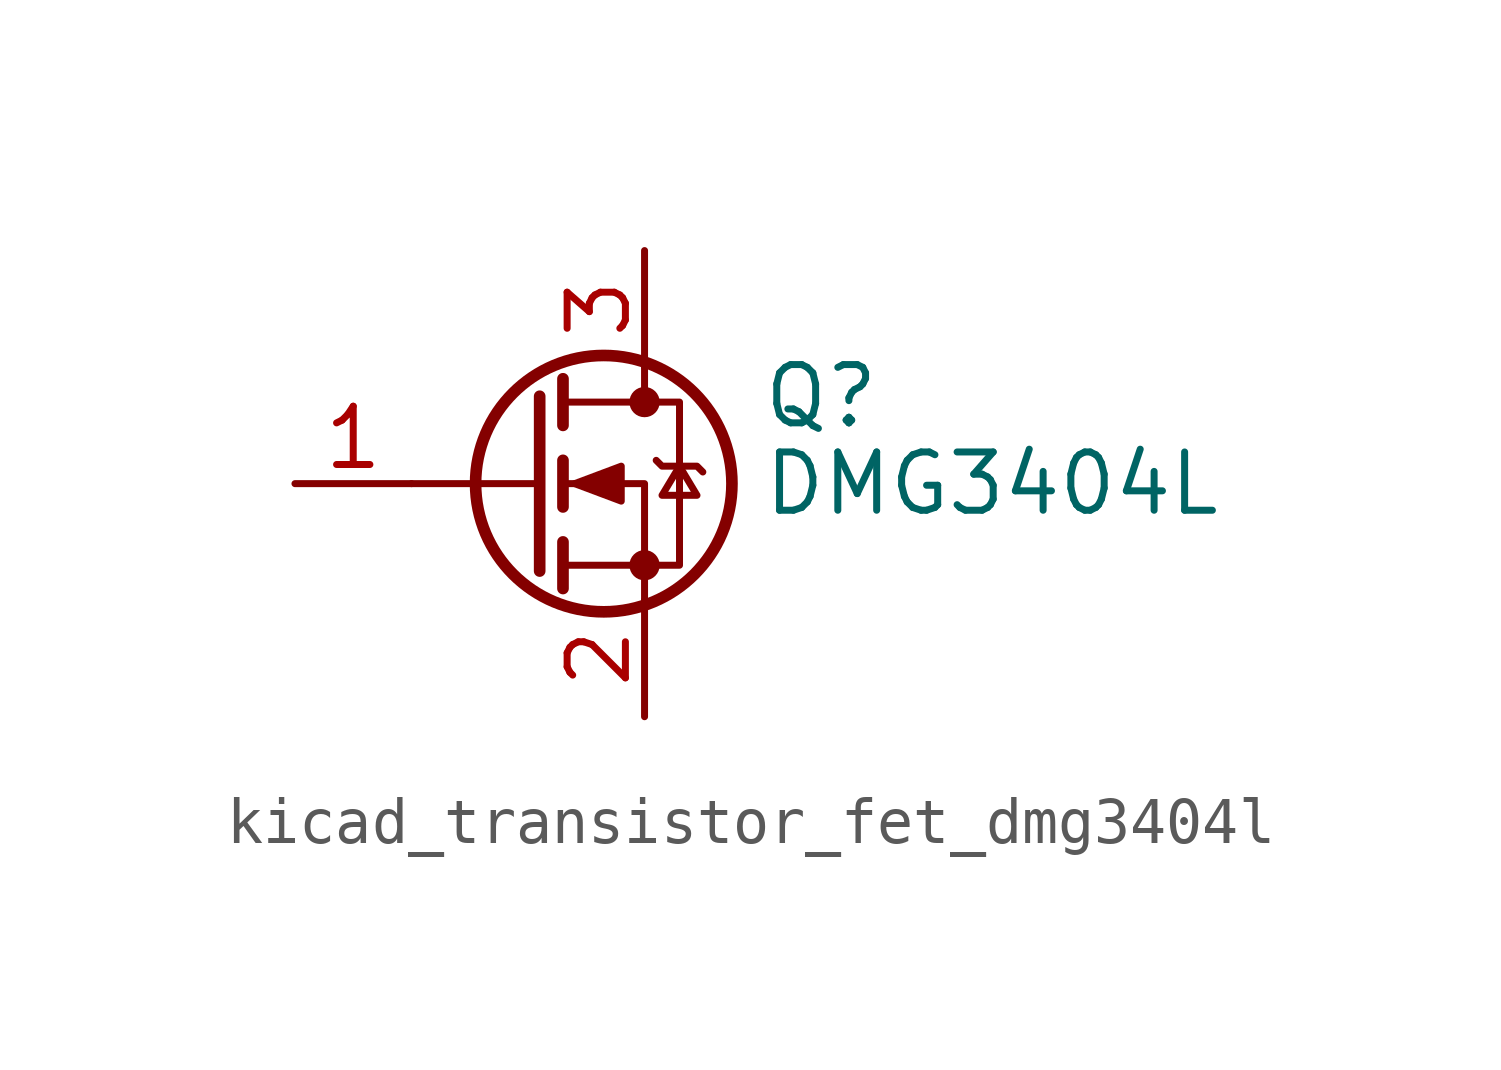
<source format=kicad_sym>
(kicad_symbol_lib
  (version 20220914)
  (generator kicad_symbol_editor)
  (symbol "kicad_transistor_fet_dmg3404l"
    (pin_names hide)
    (property "Reference" "Q"
      (at 5.08 1.905 0)
      (effects (font (size 1.27 1.27)) (justify left)))
    (property "Value" "DMG3404L"
      (at 5.08 0 0)
      (effects (font (size 1.27 1.27)) (justify left)))
    (symbol "kicad_transistor_fet_dmg3404l_0_1"
      (polyline (pts (xy 0.254 0) (xy -2.54 0)) (stroke (width 0) (type default)) (fill (type none)))
      (polyline (pts (xy 0.254 1.905) (xy 0.254 -1.905)) (stroke (width 0.254) (type default)) (fill (type none)))
      (polyline (pts (xy 0.762 -1.27) (xy 0.762 -2.286)) (stroke (width 0.254) (type default)) (fill (type none)))
      (polyline (pts (xy 0.762 0.508) (xy 0.762 -0.508)) (stroke (width 0.254) (type default)) (fill (type none)))
      (polyline (pts (xy 0.762 2.286) (xy 0.762 1.27)) (stroke (width 0.254) (type default)) (fill (type none)))
      (polyline (pts (xy 2.54 2.54) (xy 2.54 1.778)) (stroke (width 0) (type default)) (fill (type none)))
      (polyline (pts (xy 2.54 -2.54) (xy 2.54 0) (xy 0.762 0)) (stroke (width 0) (type default)) (fill (type none)))
      (polyline (pts (xy 0.762 -1.778) (xy 3.302 -1.778) (xy 3.302 1.778) (xy 0.762 1.778)) (stroke (width 0) (type default)) (fill (type none)))
      (polyline (pts (xy 1.016 0) (xy 2.032 0.381) (xy 2.032 -0.381) (xy 1.016 0)) (stroke (width 0) (type default)) (fill (type outline)))
      (polyline (pts (xy 2.794 0.508) (xy 2.921 0.381) (xy 3.683 0.381) (xy 3.81 0.254)) (stroke (width 0) (type default)) (fill (type none)))
      (polyline (pts (xy 3.302 0.381) (xy 2.921 -0.254) (xy 3.683 -0.254) (xy 3.302 0.381)) (stroke (width 0) (type default)) (fill (type none)))
      (circle (center 1.651 0) (radius 2.794) (stroke (width 0.254) (type default)) (fill (type none)))
      (circle (center 2.54 -1.778) (radius 0.254) (stroke (width 0) (type default)) (fill (type outline)))
      (circle (center 2.54 1.778) (radius 0.254) (stroke (width 0) (type default)) (fill (type outline))))
    (symbol "kicad_transistor_fet_dmg3404l_1_1"
      (pin input line (at -5.08 0 0) (length 2.54) (name "G" (effects (font (size 1.27 1.27)))) (number "1" (effects (font (size 1.27 1.27)))))
      (pin passive line (at 2.54 -5.08 90) (length 2.54) (name "S" (effects (font (size 1.27 1.27)))) (number "2" (effects (font (size 1.27 1.27)))))
      (pin passive line (at 2.54 5.08 270) (length 2.54) (name "D" (effects (font (size 1.27 1.27)))) (number "3" (effects (font (size 1.27 1.27))))))))
</source>
